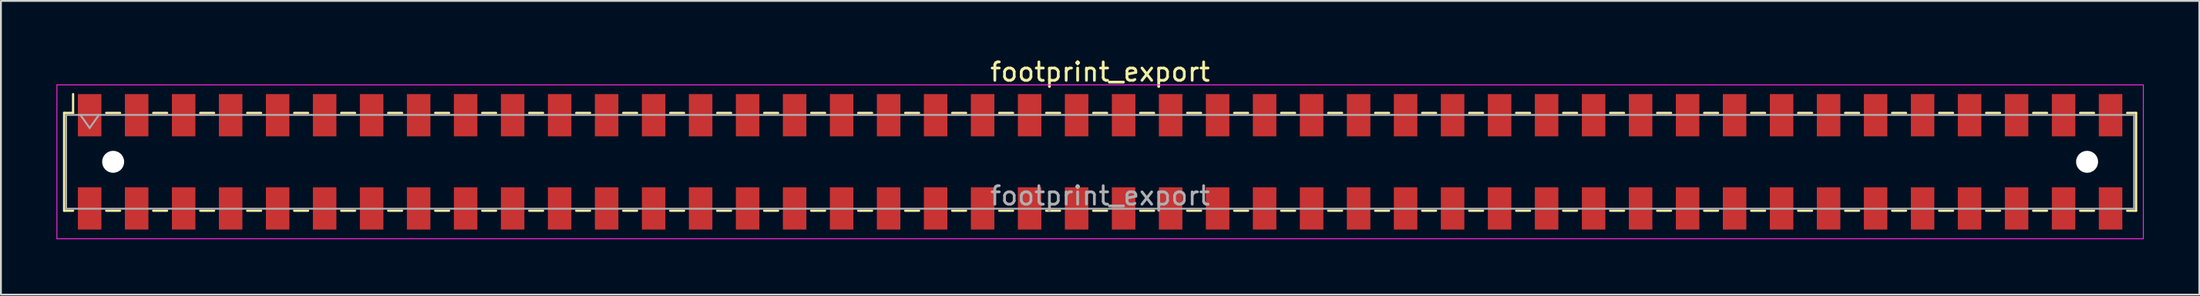
<source format=kicad_pcb>
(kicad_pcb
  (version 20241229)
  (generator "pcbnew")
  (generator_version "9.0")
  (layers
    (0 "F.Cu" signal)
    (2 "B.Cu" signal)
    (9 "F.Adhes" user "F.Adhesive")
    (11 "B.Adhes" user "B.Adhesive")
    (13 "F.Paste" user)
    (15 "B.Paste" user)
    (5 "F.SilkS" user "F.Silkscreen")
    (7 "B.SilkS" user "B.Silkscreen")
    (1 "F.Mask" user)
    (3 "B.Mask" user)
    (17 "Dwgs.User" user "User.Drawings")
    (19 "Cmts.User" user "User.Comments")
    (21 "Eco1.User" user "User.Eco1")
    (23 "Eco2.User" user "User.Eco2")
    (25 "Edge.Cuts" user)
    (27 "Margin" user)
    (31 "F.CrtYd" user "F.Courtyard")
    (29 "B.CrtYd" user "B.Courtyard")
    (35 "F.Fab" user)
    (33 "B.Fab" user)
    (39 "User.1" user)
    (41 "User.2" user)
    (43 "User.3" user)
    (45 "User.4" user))
  (footprint "footprint_export"
    (layer "F.Cu")
    (at 56.405 5.718)
    (property "Reference" "footprint_export" (at 0 -4.87 0) (layer "F.SilkS") (effects (font (size 1 1) (thickness 0.15))))
    (attr smd)
    (fp_line (start -55.99 -2.65) (end -55.99 2.65) (stroke (width 0.12) (type solid)) (layer "F.SilkS"))
    (fp_line (start -55.99 2.65) (end -55.505 2.65) (stroke (width 0.12) (type solid)) (layer "F.SilkS"))
    (fp_line (start -55.505 -3.67) (end -55.505 -2.65) (stroke (width 0.12) (type solid)) (layer "F.SilkS"))
    (fp_line (start -55.505 -2.65) (end -55.99 -2.65) (stroke (width 0.12) (type solid)) (layer "F.SilkS"))
    (fp_line (start -53.715 -2.65) (end -52.965 -2.65) (stroke (width 0.12) (type solid)) (layer "F.SilkS"))
    (fp_line (start -53.715 2.65) (end -52.965 2.65) (stroke (width 0.12) (type solid)) (layer "F.SilkS"))
    (fp_line (start -51.175 -2.65) (end -50.425 -2.65) (stroke (width 0.12) (type solid)) (layer "F.SilkS"))
    (fp_line (start -51.175 2.65) (end -50.425 2.65) (stroke (width 0.12) (type solid)) (layer "F.SilkS"))
    (fp_line (start -48.635 -2.65) (end -47.885 -2.65) (stroke (width 0.12) (type solid)) (layer "F.SilkS"))
    (fp_line (start -48.635 2.65) (end -47.885 2.65) (stroke (width 0.12) (type solid)) (layer "F.SilkS"))
    (fp_line (start -46.095 -2.65) (end -45.345 -2.65) (stroke (width 0.12) (type solid)) (layer "F.SilkS"))
    (fp_line (start -46.095 2.65) (end -45.345 2.65) (stroke (width 0.12) (type solid)) (layer "F.SilkS"))
    (fp_line (start -43.555 -2.65) (end -42.805 -2.65) (stroke (width 0.12) (type solid)) (layer "F.SilkS"))
    (fp_line (start -43.555 2.65) (end -42.805 2.65) (stroke (width 0.12) (type solid)) (layer "F.SilkS"))
    (fp_line (start -41.015 -2.65) (end -40.265 -2.65) (stroke (width 0.12) (type solid)) (layer "F.SilkS"))
    (fp_line (start -41.015 2.65) (end -40.265 2.65) (stroke (width 0.12) (type solid)) (layer "F.SilkS"))
    (fp_line (start -38.475 -2.65) (end -37.725 -2.65) (stroke (width 0.12) (type solid)) (layer "F.SilkS"))
    (fp_line (start -38.475 2.65) (end -37.725 2.65) (stroke (width 0.12) (type solid)) (layer "F.SilkS"))
    (fp_line (start -35.935 -2.65) (end -35.185 -2.65) (stroke (width 0.12) (type solid)) (layer "F.SilkS"))
    (fp_line (start -35.935 2.65) (end -35.185 2.65) (stroke (width 0.12) (type solid)) (layer "F.SilkS"))
    (fp_line (start -33.395 -2.65) (end -32.645 -2.65) (stroke (width 0.12) (type solid)) (layer "F.SilkS"))
    (fp_line (start -33.395 2.65) (end -32.645 2.65) (stroke (width 0.12) (type solid)) (layer "F.SilkS"))
    (fp_line (start -30.855 -2.65) (end -30.105 -2.65) (stroke (width 0.12) (type solid)) (layer "F.SilkS"))
    (fp_line (start -30.855 2.65) (end -30.105 2.65) (stroke (width 0.12) (type solid)) (layer "F.SilkS"))
    (fp_line (start -28.315 -2.65) (end -27.565 -2.65) (stroke (width 0.12) (type solid)) (layer "F.SilkS"))
    (fp_line (start -28.315 2.65) (end -27.565 2.65) (stroke (width 0.12) (type solid)) (layer "F.SilkS"))
    (fp_line (start -25.775 -2.65) (end -25.025 -2.65) (stroke (width 0.12) (type solid)) (layer "F.SilkS"))
    (fp_line (start -25.775 2.65) (end -25.025 2.65) (stroke (width 0.12) (type solid)) (layer "F.SilkS"))
    (fp_line (start -23.235 -2.65) (end -22.485 -2.65) (stroke (width 0.12) (type solid)) (layer "F.SilkS"))
    (fp_line (start -23.235 2.65) (end -22.485 2.65) (stroke (width 0.12) (type solid)) (layer "F.SilkS"))
    (fp_line (start -20.695 -2.65) (end -19.945 -2.65) (stroke (width 0.12) (type solid)) (layer "F.SilkS"))
    (fp_line (start -20.695 2.65) (end -19.945 2.65) (stroke (width 0.12) (type solid)) (layer "F.SilkS"))
    (fp_line (start -18.155 -2.65) (end -17.405 -2.65) (stroke (width 0.12) (type solid)) (layer "F.SilkS"))
    (fp_line (start -18.155 2.65) (end -17.405 2.65) (stroke (width 0.12) (type solid)) (layer "F.SilkS"))
    (fp_line (start -15.615 -2.65) (end -14.865 -2.65) (stroke (width 0.12) (type solid)) (layer "F.SilkS"))
    (fp_line (start -15.615 2.65) (end -14.865 2.65) (stroke (width 0.12) (type solid)) (layer "F.SilkS"))
    (fp_line (start -13.075 -2.65) (end -12.325 -2.65) (stroke (width 0.12) (type solid)) (layer "F.SilkS"))
    (fp_line (start -13.075 2.65) (end -12.325 2.65) (stroke (width 0.12) (type solid)) (layer "F.SilkS"))
    (fp_line (start -10.535 -2.65) (end -9.785 -2.65) (stroke (width 0.12) (type solid)) (layer "F.SilkS"))
    (fp_line (start -10.535 2.65) (end -9.785 2.65) (stroke (width 0.12) (type solid)) (layer "F.SilkS"))
    (fp_line (start -7.995 -2.65) (end -7.245 -2.65) (stroke (width 0.12) (type solid)) (layer "F.SilkS"))
    (fp_line (start -7.995 2.65) (end -7.245 2.65) (stroke (width 0.12) (type solid)) (layer "F.SilkS"))
    (fp_line (start -5.455 -2.65) (end -4.705 -2.65) (stroke (width 0.12) (type solid)) (layer "F.SilkS"))
    (fp_line (start -5.455 2.65) (end -4.705 2.65) (stroke (width 0.12) (type solid)) (layer "F.SilkS"))
    (fp_line (start -2.915 -2.65) (end -2.165 -2.65) (stroke (width 0.12) (type solid)) (layer "F.SilkS"))
    (fp_line (start -2.915 2.65) (end -2.165 2.65) (stroke (width 0.12) (type solid)) (layer "F.SilkS"))
    (fp_line (start -0.375 -2.65) (end 0.375 -2.65) (stroke (width 0.12) (type solid)) (layer "F.SilkS"))
    (fp_line (start -0.375 2.65) (end 0.375 2.65) (stroke (width 0.12) (type solid)) (layer "F.SilkS"))
    (fp_line (start 2.165 -2.65) (end 2.915 -2.65) (stroke (width 0.12) (type solid)) (layer "F.SilkS"))
    (fp_line (start 2.165 2.65) (end 2.915 2.65) (stroke (width 0.12) (type solid)) (layer "F.SilkS"))
    (fp_line (start 4.705 -2.65) (end 5.455 -2.65) (stroke (width 0.12) (type solid)) (layer "F.SilkS"))
    (fp_line (start 4.705 2.65) (end 5.455 2.65) (stroke (width 0.12) (type solid)) (layer "F.SilkS"))
    (fp_line (start 7.245 -2.65) (end 7.995 -2.65) (stroke (width 0.12) (type solid)) (layer "F.SilkS"))
    (fp_line (start 7.245 2.65) (end 7.995 2.65) (stroke (width 0.12) (type solid)) (layer "F.SilkS"))
    (fp_line (start 9.785 -2.65) (end 10.535 -2.65) (stroke (width 0.12) (type solid)) (layer "F.SilkS"))
    (fp_line (start 9.785 2.65) (end 10.535 2.65) (stroke (width 0.12) (type solid)) (layer "F.SilkS"))
    (fp_line (start 12.325 -2.65) (end 13.075 -2.65) (stroke (width 0.12) (type solid)) (layer "F.SilkS"))
    (fp_line (start 12.325 2.65) (end 13.075 2.65) (stroke (width 0.12) (type solid)) (layer "F.SilkS"))
    (fp_line (start 14.865 -2.65) (end 15.615 -2.65) (stroke (width 0.12) (type solid)) (layer "F.SilkS"))
    (fp_line (start 14.865 2.65) (end 15.615 2.65) (stroke (width 0.12) (type solid)) (layer "F.SilkS"))
    (fp_line (start 17.405 -2.65) (end 18.155 -2.65) (stroke (width 0.12) (type solid)) (layer "F.SilkS"))
    (fp_line (start 17.405 2.65) (end 18.155 2.65) (stroke (width 0.12) (type solid)) (layer "F.SilkS"))
    (fp_line (start 19.945 -2.65) (end 20.695 -2.65) (stroke (width 0.12) (type solid)) (layer "F.SilkS"))
    (fp_line (start 19.945 2.65) (end 20.695 2.65) (stroke (width 0.12) (type solid)) (layer "F.SilkS"))
    (fp_line (start 22.485 -2.65) (end 23.235 -2.65) (stroke (width 0.12) (type solid)) (layer "F.SilkS"))
    (fp_line (start 22.485 2.65) (end 23.235 2.65) (stroke (width 0.12) (type solid)) (layer "F.SilkS"))
    (fp_line (start 25.025 -2.65) (end 25.775 -2.65) (stroke (width 0.12) (type solid)) (layer "F.SilkS"))
    (fp_line (start 25.025 2.65) (end 25.775 2.65) (stroke (width 0.12) (type solid)) (layer "F.SilkS"))
    (fp_line (start 27.565 -2.65) (end 28.315 -2.65) (stroke (width 0.12) (type solid)) (layer "F.SilkS"))
    (fp_line (start 27.565 2.65) (end 28.315 2.65) (stroke (width 0.12) (type solid)) (layer "F.SilkS"))
    (fp_line (start 30.105 -2.65) (end 30.855 -2.65) (stroke (width 0.12) (type solid)) (layer "F.SilkS"))
    (fp_line (start 30.105 2.65) (end 30.855 2.65) (stroke (width 0.12) (type solid)) (layer "F.SilkS"))
    (fp_line (start 32.645 -2.65) (end 33.395 -2.65) (stroke (width 0.12) (type solid)) (layer "F.SilkS"))
    (fp_line (start 32.645 2.65) (end 33.395 2.65) (stroke (width 0.12) (type solid)) (layer "F.SilkS"))
    (fp_line (start 35.185 -2.65) (end 35.935 -2.65) (stroke (width 0.12) (type solid)) (layer "F.SilkS"))
    (fp_line (start 35.185 2.65) (end 35.935 2.65) (stroke (width 0.12) (type solid)) (layer "F.SilkS"))
    (fp_line (start 37.725 -2.65) (end 38.475 -2.65) (stroke (width 0.12) (type solid)) (layer "F.SilkS"))
    (fp_line (start 37.725 2.65) (end 38.475 2.65) (stroke (width 0.12) (type solid)) (layer "F.SilkS"))
    (fp_line (start 40.265 -2.65) (end 41.015 -2.65) (stroke (width 0.12) (type solid)) (layer "F.SilkS"))
    (fp_line (start 40.265 2.65) (end 41.015 2.65) (stroke (width 0.12) (type solid)) (layer "F.SilkS"))
    (fp_line (start 42.805 -2.65) (end 43.555 -2.65) (stroke (width 0.12) (type solid)) (layer "F.SilkS"))
    (fp_line (start 42.805 2.65) (end 43.555 2.65) (stroke (width 0.12) (type solid)) (layer "F.SilkS"))
    (fp_line (start 45.345 -2.65) (end 46.095 -2.65) (stroke (width 0.12) (type solid)) (layer "F.SilkS"))
    (fp_line (start 45.345 2.65) (end 46.095 2.65) (stroke (width 0.12) (type solid)) (layer "F.SilkS"))
    (fp_line (start 47.885 -2.65) (end 48.635 -2.65) (stroke (width 0.12) (type solid)) (layer "F.SilkS"))
    (fp_line (start 47.885 2.65) (end 48.635 2.65) (stroke (width 0.12) (type solid)) (layer "F.SilkS"))
    (fp_line (start 50.425 -2.65) (end 51.175 -2.65) (stroke (width 0.12) (type solid)) (layer "F.SilkS"))
    (fp_line (start 50.425 2.65) (end 51.175 2.65) (stroke (width 0.12) (type solid)) (layer "F.SilkS"))
    (fp_line (start 52.965 -2.65) (end 53.715 -2.65) (stroke (width 0.12) (type solid)) (layer "F.SilkS"))
    (fp_line (start 52.965 2.65) (end 53.715 2.65) (stroke (width 0.12) (type solid)) (layer "F.SilkS"))
    (fp_line (start 55.505 -2.65) (end 55.99 -2.65) (stroke (width 0.12) (type solid)) (layer "F.SilkS"))
    (fp_line (start 55.99 -2.65) (end 55.99 2.65) (stroke (width 0.12) (type solid)) (layer "F.SilkS"))
    (fp_line (start 55.99 2.65) (end 55.505 2.65) (stroke (width 0.12) (type solid)) (layer "F.SilkS"))
    (fp_line (start -56.38 -4.17) (end 56.38 -4.17) (stroke (width 0.05) (type solid)) (layer "F.CrtYd"))
    (fp_line (start -56.38 4.17) (end -56.38 -4.17) (stroke (width 0.05) (type solid)) (layer "F.CrtYd"))
    (fp_line (start 56.38 -4.17) (end 56.38 4.17) (stroke (width 0.05) (type solid)) (layer "F.CrtYd"))
    (fp_line (start 56.38 4.17) (end -56.38 4.17) (stroke (width 0.05) (type solid)) (layer "F.CrtYd"))
    (fp_line (start -55.88 -2.54) (end 55.88 -2.54) (stroke (width 0.1) (type solid)) (layer "F.Fab"))
    (fp_line (start -55.88 2.54) (end -55.88 -2.54) (stroke (width 0.1) (type solid)) (layer "F.Fab"))
    (fp_line (start -55.11 -2.54) (end -54.61 -1.833) (stroke (width 0.1) (type solid)) (layer "F.Fab"))
    (fp_line (start -54.61 -1.833) (end -54.11 -2.54) (stroke (width 0.1) (type solid)) (layer "F.Fab"))
    (fp_line (start 55.88 -2.54) (end 55.88 2.54) (stroke (width 0.1) (type solid)) (layer "F.Fab"))
    (fp_line (start 55.88 2.54) (end -55.88 2.54) (stroke (width 0.1) (type solid)) (layer "F.Fab"))
    (fp_text user "${REFERENCE}" (at 0 1.84 0) (layer "F.Fab") (effects (font (size 1 1) (thickness 0.15))))
    (pad "" np_thru_hole circle (at -53.34 0) (size 1.19 1.19) (drill 1.19) (layers "*.Cu" "*.Mask"))
    (pad "" np_thru_hole circle (at 53.34 0) (size 1.19 1.19) (drill 1.19) (layers "*.Cu" "*.Mask"))
    (pad "1" smd rect (at -54.61 -2.525) (size 1.27 2.29) (layers "F.Cu" "F.Mask" "F.Paste"))
    (pad "2" smd rect (at -54.61 2.525) (size 1.27 2.29) (layers "F.Cu" "F.Mask" "F.Paste"))
    (pad "3" smd rect (at -52.07 -2.525) (size 1.27 2.29) (layers "F.Cu" "F.Mask" "F.Paste"))
    (pad "4" smd rect (at -52.07 2.525) (size 1.27 2.29) (layers "F.Cu" "F.Mask" "F.Paste"))
    (pad "5" smd rect (at -49.53 -2.525) (size 1.27 2.29) (layers "F.Cu" "F.Mask" "F.Paste"))
    (pad "6" smd rect (at -49.53 2.525) (size 1.27 2.29) (layers "F.Cu" "F.Mask" "F.Paste"))
    (pad "7" smd rect (at -46.99 -2.525) (size 1.27 2.29) (layers "F.Cu" "F.Mask" "F.Paste"))
    (pad "8" smd rect (at -46.99 2.525) (size 1.27 2.29) (layers "F.Cu" "F.Mask" "F.Paste"))
    (pad "9" smd rect (at -44.45 -2.525) (size 1.27 2.29) (layers "F.Cu" "F.Mask" "F.Paste"))
    (pad "10" smd rect (at -44.45 2.525) (size 1.27 2.29) (layers "F.Cu" "F.Mask" "F.Paste"))
    (pad "11" smd rect (at -41.91 -2.525) (size 1.27 2.29) (layers "F.Cu" "F.Mask" "F.Paste"))
    (pad "12" smd rect (at -41.91 2.525) (size 1.27 2.29) (layers "F.Cu" "F.Mask" "F.Paste"))
    (pad "13" smd rect (at -39.37 -2.525) (size 1.27 2.29) (layers "F.Cu" "F.Mask" "F.Paste"))
    (pad "14" smd rect (at -39.37 2.525) (size 1.27 2.29) (layers "F.Cu" "F.Mask" "F.Paste"))
    (pad "15" smd rect (at -36.83 -2.525) (size 1.27 2.29) (layers "F.Cu" "F.Mask" "F.Paste"))
    (pad "16" smd rect (at -36.83 2.525) (size 1.27 2.29) (layers "F.Cu" "F.Mask" "F.Paste"))
    (pad "17" smd rect (at -34.29 -2.525) (size 1.27 2.29) (layers "F.Cu" "F.Mask" "F.Paste"))
    (pad "18" smd rect (at -34.29 2.525) (size 1.27 2.29) (layers "F.Cu" "F.Mask" "F.Paste"))
    (pad "19" smd rect (at -31.75 -2.525) (size 1.27 2.29) (layers "F.Cu" "F.Mask" "F.Paste"))
    (pad "20" smd rect (at -31.75 2.525) (size 1.27 2.29) (layers "F.Cu" "F.Mask" "F.Paste"))
    (pad "21" smd rect (at -29.21 -2.525) (size 1.27 2.29) (layers "F.Cu" "F.Mask" "F.Paste"))
    (pad "22" smd rect (at -29.21 2.525) (size 1.27 2.29) (layers "F.Cu" "F.Mask" "F.Paste"))
    (pad "23" smd rect (at -26.67 -2.525) (size 1.27 2.29) (layers "F.Cu" "F.Mask" "F.Paste"))
    (pad "24" smd rect (at -26.67 2.525) (size 1.27 2.29) (layers "F.Cu" "F.Mask" "F.Paste"))
    (pad "25" smd rect (at -24.13 -2.525) (size 1.27 2.29) (layers "F.Cu" "F.Mask" "F.Paste"))
    (pad "26" smd rect (at -24.13 2.525) (size 1.27 2.29) (layers "F.Cu" "F.Mask" "F.Paste"))
    (pad "27" smd rect (at -21.59 -2.525) (size 1.27 2.29) (layers "F.Cu" "F.Mask" "F.Paste"))
    (pad "28" smd rect (at -21.59 2.525) (size 1.27 2.29) (layers "F.Cu" "F.Mask" "F.Paste"))
    (pad "29" smd rect (at -19.05 -2.525) (size 1.27 2.29) (layers "F.Cu" "F.Mask" "F.Paste"))
    (pad "30" smd rect (at -19.05 2.525) (size 1.27 2.29) (layers "F.Cu" "F.Mask" "F.Paste"))
    (pad "31" smd rect (at -16.51 -2.525) (size 1.27 2.29) (layers "F.Cu" "F.Mask" "F.Paste"))
    (pad "32" smd rect (at -16.51 2.525) (size 1.27 2.29) (layers "F.Cu" "F.Mask" "F.Paste"))
    (pad "33" smd rect (at -13.97 -2.525) (size 1.27 2.29) (layers "F.Cu" "F.Mask" "F.Paste"))
    (pad "34" smd rect (at -13.97 2.525) (size 1.27 2.29) (layers "F.Cu" "F.Mask" "F.Paste"))
    (pad "35" smd rect (at -11.43 -2.525) (size 1.27 2.29) (layers "F.Cu" "F.Mask" "F.Paste"))
    (pad "36" smd rect (at -11.43 2.525) (size 1.27 2.29) (layers "F.Cu" "F.Mask" "F.Paste"))
    (pad "37" smd rect (at -8.89 -2.525) (size 1.27 2.29) (layers "F.Cu" "F.Mask" "F.Paste"))
    (pad "38" smd rect (at -8.89 2.525) (size 1.27 2.29) (layers "F.Cu" "F.Mask" "F.Paste"))
    (pad "39" smd rect (at -6.35 -2.525) (size 1.27 2.29) (layers "F.Cu" "F.Mask" "F.Paste"))
    (pad "40" smd rect (at -6.35 2.525) (size 1.27 2.29) (layers "F.Cu" "F.Mask" "F.Paste"))
    (pad "41" smd rect (at -3.81 -2.525) (size 1.27 2.29) (layers "F.Cu" "F.Mask" "F.Paste"))
    (pad "42" smd rect (at -3.81 2.525) (size 1.27 2.29) (layers "F.Cu" "F.Mask" "F.Paste"))
    (pad "43" smd rect (at -1.27 -2.525) (size 1.27 2.29) (layers "F.Cu" "F.Mask" "F.Paste"))
    (pad "44" smd rect (at -1.27 2.525) (size 1.27 2.29) (layers "F.Cu" "F.Mask" "F.Paste"))
    (pad "45" smd rect (at 1.27 -2.525) (size 1.27 2.29) (layers "F.Cu" "F.Mask" "F.Paste"))
    (pad "46" smd rect (at 1.27 2.525) (size 1.27 2.29) (layers "F.Cu" "F.Mask" "F.Paste"))
    (pad "47" smd rect (at 3.81 -2.525) (size 1.27 2.29) (layers "F.Cu" "F.Mask" "F.Paste"))
    (pad "48" smd rect (at 3.81 2.525) (size 1.27 2.29) (layers "F.Cu" "F.Mask" "F.Paste"))
    (pad "49" smd rect (at 6.35 -2.525) (size 1.27 2.29) (layers "F.Cu" "F.Mask" "F.Paste"))
    (pad "50" smd rect (at 6.35 2.525) (size 1.27 2.29) (layers "F.Cu" "F.Mask" "F.Paste"))
    (pad "51" smd rect (at 8.89 -2.525) (size 1.27 2.29) (layers "F.Cu" "F.Mask" "F.Paste"))
    (pad "52" smd rect (at 8.89 2.525) (size 1.27 2.29) (layers "F.Cu" "F.Mask" "F.Paste"))
    (pad "53" smd rect (at 11.43 -2.525) (size 1.27 2.29) (layers "F.Cu" "F.Mask" "F.Paste"))
    (pad "54" smd rect (at 11.43 2.525) (size 1.27 2.29) (layers "F.Cu" "F.Mask" "F.Paste"))
    (pad "55" smd rect (at 13.97 -2.525) (size 1.27 2.29) (layers "F.Cu" "F.Mask" "F.Paste"))
    (pad "56" smd rect (at 13.97 2.525) (size 1.27 2.29) (layers "F.Cu" "F.Mask" "F.Paste"))
    (pad "57" smd rect (at 16.51 -2.525) (size 1.27 2.29) (layers "F.Cu" "F.Mask" "F.Paste"))
    (pad "58" smd rect (at 16.51 2.525) (size 1.27 2.29) (layers "F.Cu" "F.Mask" "F.Paste"))
    (pad "59" smd rect (at 19.05 -2.525) (size 1.27 2.29) (layers "F.Cu" "F.Mask" "F.Paste"))
    (pad "60" smd rect (at 19.05 2.525) (size 1.27 2.29) (layers "F.Cu" "F.Mask" "F.Paste"))
    (pad "61" smd rect (at 21.59 -2.525) (size 1.27 2.29) (layers "F.Cu" "F.Mask" "F.Paste"))
    (pad "62" smd rect (at 21.59 2.525) (size 1.27 2.29) (layers "F.Cu" "F.Mask" "F.Paste"))
    (pad "63" smd rect (at 24.13 -2.525) (size 1.27 2.29) (layers "F.Cu" "F.Mask" "F.Paste"))
    (pad "64" smd rect (at 24.13 2.525) (size 1.27 2.29) (layers "F.Cu" "F.Mask" "F.Paste"))
    (pad "65" smd rect (at 26.67 -2.525) (size 1.27 2.29) (layers "F.Cu" "F.Mask" "F.Paste"))
    (pad "66" smd rect (at 26.67 2.525) (size 1.27 2.29) (layers "F.Cu" "F.Mask" "F.Paste"))
    (pad "67" smd rect (at 29.21 -2.525) (size 1.27 2.29) (layers "F.Cu" "F.Mask" "F.Paste"))
    (pad "68" smd rect (at 29.21 2.525) (size 1.27 2.29) (layers "F.Cu" "F.Mask" "F.Paste"))
    (pad "69" smd rect (at 31.75 -2.525) (size 1.27 2.29) (layers "F.Cu" "F.Mask" "F.Paste"))
    (pad "70" smd rect (at 31.75 2.525) (size 1.27 2.29) (layers "F.Cu" "F.Mask" "F.Paste"))
    (pad "71" smd rect (at 34.29 -2.525) (size 1.27 2.29) (layers "F.Cu" "F.Mask" "F.Paste"))
    (pad "72" smd rect (at 34.29 2.525) (size 1.27 2.29) (layers "F.Cu" "F.Mask" "F.Paste"))
    (pad "73" smd rect (at 36.83 -2.525) (size 1.27 2.29) (layers "F.Cu" "F.Mask" "F.Paste"))
    (pad "74" smd rect (at 36.83 2.525) (size 1.27 2.29) (layers "F.Cu" "F.Mask" "F.Paste"))
    (pad "75" smd rect (at 39.37 -2.525) (size 1.27 2.29) (layers "F.Cu" "F.Mask" "F.Paste"))
    (pad "76" smd rect (at 39.37 2.525) (size 1.27 2.29) (layers "F.Cu" "F.Mask" "F.Paste"))
    (pad "77" smd rect (at 41.91 -2.525) (size 1.27 2.29) (layers "F.Cu" "F.Mask" "F.Paste"))
    (pad "78" smd rect (at 41.91 2.525) (size 1.27 2.29) (layers "F.Cu" "F.Mask" "F.Paste"))
    (pad "79" smd rect (at 44.45 -2.525) (size 1.27 2.29) (layers "F.Cu" "F.Mask" "F.Paste"))
    (pad "80" smd rect (at 44.45 2.525) (size 1.27 2.29) (layers "F.Cu" "F.Mask" "F.Paste"))
    (pad "81" smd rect (at 46.99 -2.525) (size 1.27 2.29) (layers "F.Cu" "F.Mask" "F.Paste"))
    (pad "82" smd rect (at 46.99 2.525) (size 1.27 2.29) (layers "F.Cu" "F.Mask" "F.Paste"))
    (pad "83" smd rect (at 49.53 -2.525) (size 1.27 2.29) (layers "F.Cu" "F.Mask" "F.Paste"))
    (pad "84" smd rect (at 49.53 2.525) (size 1.27 2.29) (layers "F.Cu" "F.Mask" "F.Paste"))
    (pad "85" smd rect (at 52.07 -2.525) (size 1.27 2.29) (layers "F.Cu" "F.Mask" "F.Paste"))
    (pad "86" smd rect (at 52.07 2.525) (size 1.27 2.29) (layers "F.Cu" "F.Mask" "F.Paste"))
    (pad "87" smd rect (at 54.61 -2.525) (size 1.27 2.29) (layers "F.Cu" "F.Mask" "F.Paste"))
    (pad "88" smd rect (at 54.61 2.525) (size 1.27 2.29) (layers "F.Cu" "F.Mask" "F.Paste")))
  (gr_rect
    (start -3 -3)
    (end 115.81 12.913)
    (stroke (width 0.1) (type default))
    (fill no)
    (layer "Edge.Cuts")))
</source>
